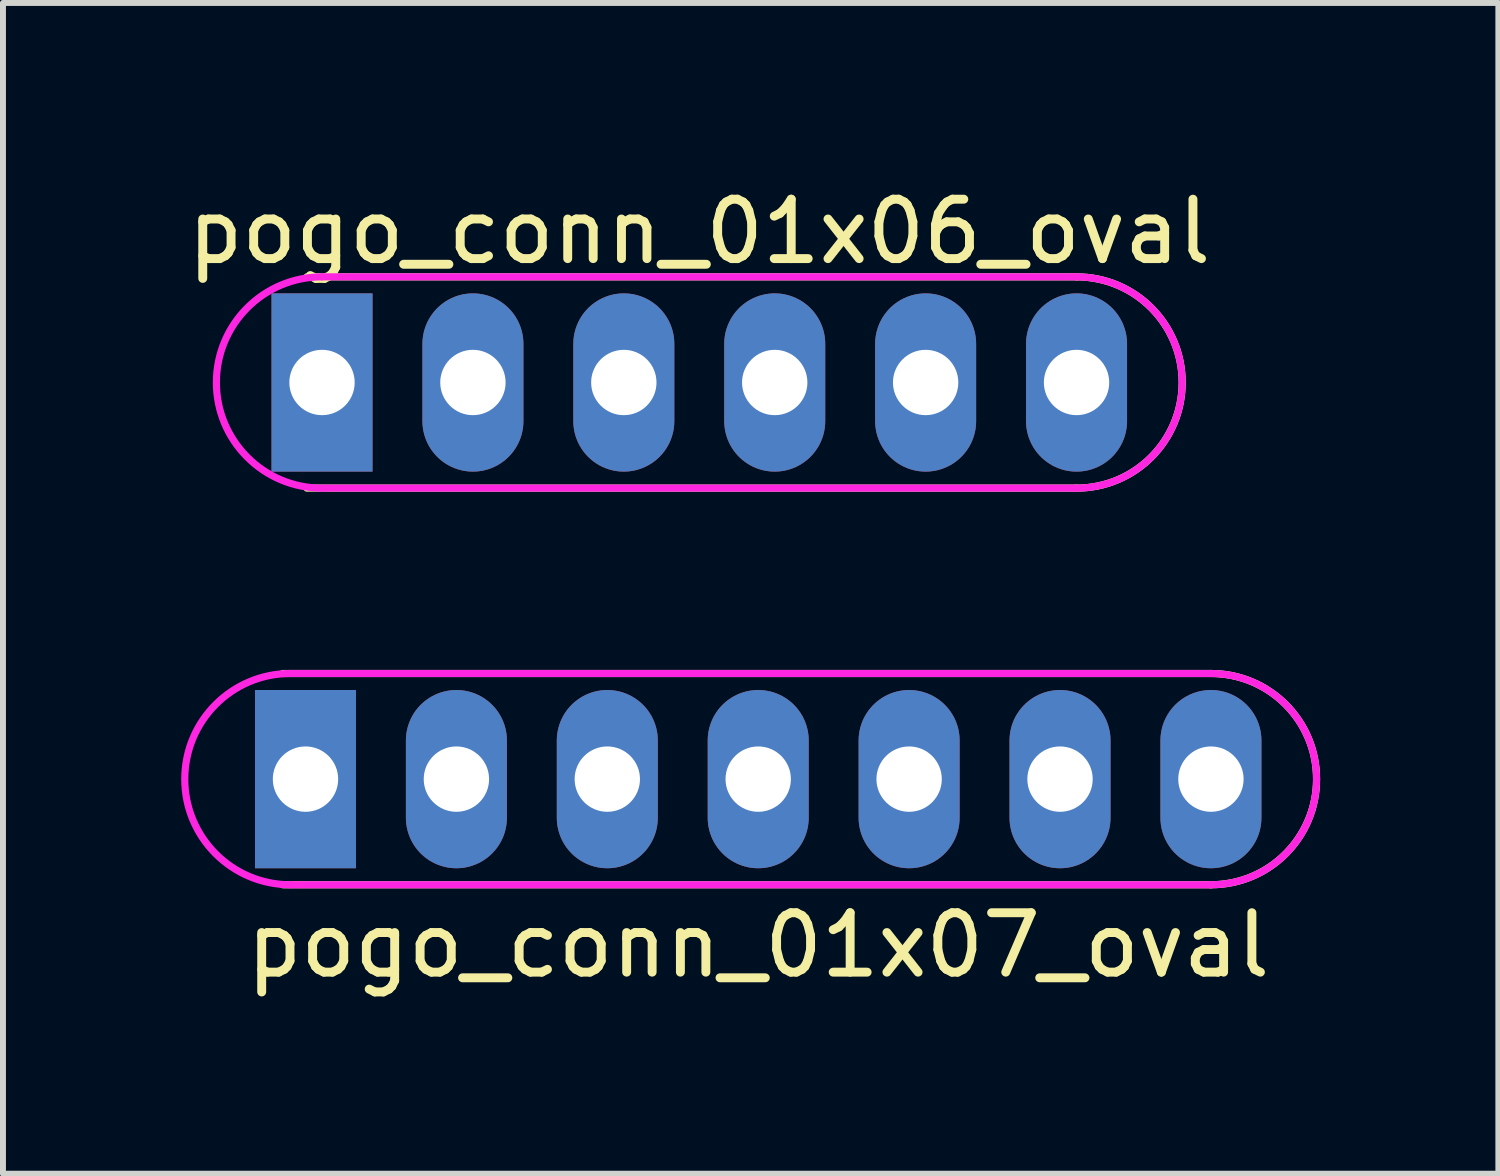
<source format=kicad_pcb>
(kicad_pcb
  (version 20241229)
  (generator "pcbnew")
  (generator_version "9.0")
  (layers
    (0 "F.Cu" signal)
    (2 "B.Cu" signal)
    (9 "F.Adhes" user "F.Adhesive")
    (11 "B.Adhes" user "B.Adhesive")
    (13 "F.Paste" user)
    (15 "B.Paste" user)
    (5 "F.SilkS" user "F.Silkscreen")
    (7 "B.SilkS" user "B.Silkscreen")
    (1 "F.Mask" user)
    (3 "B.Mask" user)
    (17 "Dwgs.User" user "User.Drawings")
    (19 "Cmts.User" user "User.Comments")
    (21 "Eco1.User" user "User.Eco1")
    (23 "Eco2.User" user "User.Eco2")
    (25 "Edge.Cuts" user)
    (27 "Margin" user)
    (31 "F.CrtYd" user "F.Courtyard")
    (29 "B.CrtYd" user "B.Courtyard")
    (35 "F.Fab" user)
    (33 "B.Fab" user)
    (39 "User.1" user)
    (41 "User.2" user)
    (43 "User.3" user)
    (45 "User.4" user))
  (footprint "pogo_conn_01x06_oval"
    (layer "F.Cu")
    (at 8.72 3.388)
    (property "Reference" "pogo_conn_01x06_oval" (at 0 -2.54 0) (layer "F.SilkS") (effects (font (size 1 1) (thickness 0.15))))
    (attr through_hole)
    (fp_line (start 6.35 -1.778) (end -6.604 -1.778) (stroke (width 0.12) (type solid)) (layer "F.SilkS"))
    (fp_line (start 6.35 1.778) (end -6.604 1.778) (stroke (width 0.12) (type solid)) (layer "F.SilkS"))
    (fp_arc (start 6.35 -1.778) (mid 8.128 0) (end 6.35 1.778) (stroke (width 0.12) (type solid)) (layer "F.SilkS"))
    (fp_line (start -6.35 1.778) (end 6.35 1.778) (stroke (width 0.12) (type solid)) (layer "F.CrtYd"))
    (fp_line (start 6.35 -1.778) (end -6.35 -1.778) (stroke (width 0.12) (type solid)) (layer "F.CrtYd"))
    (fp_arc (start -6.35 1.778) (mid -8.128 0) (end -6.35 -1.778) (stroke (width 0.12) (type solid)) (layer "F.CrtYd"))
    (fp_arc (start 6.35 -1.778) (mid 8.128 0) (end 6.35 1.778) (stroke (width 0.12) (type solid)) (layer "F.CrtYd"))
    (pad "1" thru_hole rect (at -6.35 0) (size 1.7 3) (drill 1.1) (layers "*.Cu" "*.Mask"))
    (pad "2" thru_hole oval (at -3.81 0) (size 1.7 3) (drill 1.1) (layers "*.Cu" "*.Mask"))
    (pad "3" thru_hole oval (at -1.27 0) (size 1.7 3) (drill 1.1) (layers "*.Cu" "*.Mask"))
    (pad "4" thru_hole oval (at 1.27 0) (size 1.7 3) (drill 1.1) (layers "*.Cu" "*.Mask"))
    (pad "5" thru_hole oval (at 3.81 0) (size 1.7 3) (drill 1.1) (layers "*.Cu" "*.Mask"))
    (pad "6" thru_hole oval (at 6.35 0) (size 1.7 3) (drill 1.1) (layers "*.Cu" "*.Mask")))
  (footprint "pogo_conn_01x07_oval"
    (layer "F.Cu")
    (at 9.712 10.064)
    (property "Reference" "pogo_conn_01x07_oval" (at 0 2.794 0) (layer "F.SilkS") (effects (font (size 1 1) (thickness 0.15))))
    (attr through_hole)
    (fp_line (start 7.62 -1.778) (end -8.001 -1.778) (stroke (width 0.12) (type solid)) (layer "F.SilkS"))
    (fp_line (start 7.62 1.778) (end -8.001 1.778) (stroke (width 0.12) (type solid)) (layer "F.SilkS"))
    (fp_arc (start 7.62 -1.778) (mid 9.398 0) (end 7.62 1.778) (stroke (width 0.12) (type solid)) (layer "F.SilkS"))
    (fp_line (start -7.874 1.778) (end 7.62 1.778) (stroke (width 0.12) (type solid)) (layer "F.CrtYd"))
    (fp_line (start 7.62 -1.778) (end -7.874 -1.778) (stroke (width 0.12) (type solid)) (layer "F.CrtYd"))
    (fp_arc (start -7.874 1.778) (mid -9.652 0) (end -7.874 -1.778) (stroke (width 0.12) (type solid)) (layer "F.CrtYd"))
    (fp_arc (start 7.62 -1.778) (mid 9.398 0) (end 7.62 1.778) (stroke (width 0.12) (type solid)) (layer "F.CrtYd"))
    (pad "1" thru_hole rect (at -7.62 0) (size 1.7 3) (drill 1.1) (layers "*.Cu" "*.Mask"))
    (pad "2" thru_hole oval (at -5.08 0) (size 1.7 3) (drill 1.1) (layers "*.Cu" "*.Mask"))
    (pad "3" thru_hole oval (at -2.54 0) (size 1.7 3) (drill 1.1) (layers "*.Cu" "*.Mask"))
    (pad "4" thru_hole oval (at 0 0) (size 1.7 3) (drill 1.1) (layers "*.Cu" "*.Mask"))
    (pad "5" thru_hole oval (at 2.54 0) (size 1.7 3) (drill 1.1) (layers "*.Cu" "*.Mask"))
    (pad "6" thru_hole oval (at 5.08 0) (size 1.7 3) (drill 1.1) (layers "*.Cu" "*.Mask"))
    (pad "7" thru_hole oval (at 7.62 0) (size 1.7 3) (drill 1.1) (layers "*.Cu" "*.Mask")))
  (gr_rect
    (start -3 -3)
    (end 22.17 16.706)
    (stroke (width 0.1) (type default))
    (fill no)
    (layer "Edge.Cuts")))
</source>
